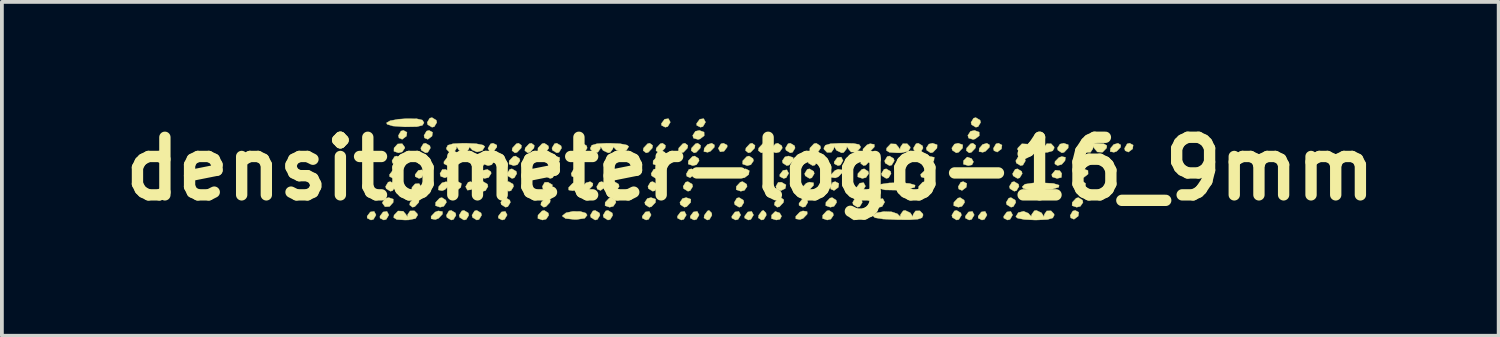
<source format=kicad_pcb>
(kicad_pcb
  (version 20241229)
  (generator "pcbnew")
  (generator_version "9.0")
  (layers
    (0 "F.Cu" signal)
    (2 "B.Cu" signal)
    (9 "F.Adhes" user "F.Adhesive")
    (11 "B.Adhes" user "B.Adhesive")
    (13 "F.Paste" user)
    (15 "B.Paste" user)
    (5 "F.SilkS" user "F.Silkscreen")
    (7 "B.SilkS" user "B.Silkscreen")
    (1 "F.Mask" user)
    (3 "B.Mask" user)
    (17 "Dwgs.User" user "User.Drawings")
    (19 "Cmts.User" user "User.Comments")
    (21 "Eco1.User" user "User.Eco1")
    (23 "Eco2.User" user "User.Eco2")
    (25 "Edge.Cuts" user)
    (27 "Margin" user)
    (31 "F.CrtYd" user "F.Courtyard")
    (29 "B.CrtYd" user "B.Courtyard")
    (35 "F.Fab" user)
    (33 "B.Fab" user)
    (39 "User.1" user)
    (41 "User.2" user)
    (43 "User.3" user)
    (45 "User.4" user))
  (footprint "densitometer-logo-16_9mm"
    (layer "F.Cu")
    (at 16.808 1.418)
    (property "Reference" "densitometer-logo-16_9mm" (at 0 0 0) (layer "F.SilkS") (effects (font (size 1.524 1.524) (thickness 0.3))))
    (attr through_hole)
    (fp_poly (pts (xy -9.906 1.221) (xy -9.974 1.337) (xy -10.04 1.355) (xy -10.139 1.305) (xy -10.141 1.254) (xy -10.056 1.142) (xy -9.955 1.128) (xy -9.906 1.221)) (stroke (width 0.01) (type solid)) (fill yes) (layer "F.SilkS"))
    (fp_poly (pts (xy -9.567 1.221) (xy -9.636 1.337) (xy -9.701 1.355) (xy -9.8 1.305) (xy -9.802 1.254) (xy -9.718 1.142) (xy -9.616 1.128) (xy -9.567 1.221)) (stroke (width 0.01) (type solid)) (fill yes) (layer "F.SilkS"))
    (fp_poly (pts (xy -9.313 0.12) (xy -9.382 0.237) (xy -9.447 0.254) (xy -9.546 0.205) (xy -9.548 0.153) (xy -9.464 0.042) (xy -9.362 0.027) (xy -9.313 0.12)) (stroke (width 0.01) (type solid)) (fill yes) (layer "F.SilkS"))
    (fp_poly (pts (xy -9.087 -0.967) (xy -9.101 -0.865) (xy -9.213 -0.781) (xy -9.299 -0.818) (xy -9.313 -0.882) (xy -9.245 -0.999) (xy -9.179 -1.016) (xy -9.087 -0.967)) (stroke (width 0.01) (type solid)) (fill yes) (layer "F.SilkS"))
    (fp_poly (pts (xy -8.716 0.466) (xy -8.782 0.553) (xy -8.853 0.58) (xy -8.957 0.559) (xy -8.956 0.495) (xy -8.872 0.399) (xy -8.765 0.391) (xy -8.716 0.466)) (stroke (width 0.01) (type solid)) (fill yes) (layer "F.SilkS"))
    (fp_poly (pts (xy -8.636 0.12) (xy -8.704 0.237) (xy -8.77 0.254) (xy -8.869 0.205) (xy -8.871 0.153) (xy -8.786 0.042) (xy -8.685 0.027) (xy -8.636 0.12)) (stroke (width 0.01) (type solid)) (fill yes) (layer "F.SilkS"))
    (fp_poly (pts (xy -8.409 -0.967) (xy -8.424 -0.865) (xy -8.535 -0.781) (xy -8.622 -0.818) (xy -8.636 -0.882) (xy -8.568 -0.999) (xy -8.502 -1.016) (xy -8.409 -0.967)) (stroke (width 0.01) (type solid)) (fill yes) (layer "F.SilkS"))
    (fp_poly (pts (xy -7.945 0.087) (xy -7.966 0.184) (xy -8.081 0.239) (xy -8.194 0.198) (xy -8.213 0.127) (xy -8.152 0.02) (xy -8.065 0.016) (xy -7.945 0.087)) (stroke (width 0.01) (type solid)) (fill yes) (layer "F.SilkS"))
    (fp_poly (pts (xy -7.874 -0.219) (xy -7.942 -0.102) (xy -8.008 -0.085) (xy -8.107 -0.134) (xy -8.109 -0.185) (xy -8.024 -0.297) (xy -7.923 -0.311) (xy -7.874 -0.219)) (stroke (width 0.01) (type solid)) (fill yes) (layer "F.SilkS"))
    (fp_poly (pts (xy -7.647 0.388) (xy -7.662 0.49) (xy -7.773 0.573) (xy -7.86 0.536) (xy -7.874 0.473) (xy -7.806 0.356) (xy -7.74 0.339) (xy -7.647 0.388)) (stroke (width 0.01) (type solid)) (fill yes) (layer "F.SilkS"))
    (fp_poly (pts (xy -7.303 0.388) (xy -7.301 0.439) (xy -7.385 0.551) (xy -7.486 0.565) (xy -7.535 0.473) (xy -7.467 0.356) (xy -7.401 0.339) (xy -7.303 0.388)) (stroke (width 0.01) (type solid)) (fill yes) (layer "F.SilkS"))
    (fp_poly (pts (xy -6.71 -0.628) (xy -6.708 -0.577) (xy -6.792 -0.465) (xy -6.894 -0.451) (xy -6.943 -0.543) (xy -6.874 -0.66) (xy -6.809 -0.677) (xy -6.71 -0.628)) (stroke (width 0.01) (type solid)) (fill yes) (layer "F.SilkS"))
    (fp_poly (pts (xy -6.435 1.221) (xy -6.503 1.337) (xy -6.569 1.355) (xy -6.667 1.305) (xy -6.669 1.254) (xy -6.585 1.142) (xy -6.484 1.128) (xy -6.435 1.221)) (stroke (width 0.01) (type solid)) (fill yes) (layer "F.SilkS"))
    (fp_poly (pts (xy -5.236 0.425) (xy -5.256 0.522) (xy -5.372 0.578) (xy -5.485 0.537) (xy -5.503 0.466) (xy -5.442 0.359) (xy -5.355 0.355) (xy -5.236 0.425)) (stroke (width 0.01) (type solid)) (fill yes) (layer "F.SilkS"))
    (fp_poly (pts (xy -5.165 0.12) (xy -5.233 0.237) (xy -5.299 0.254) (xy -5.397 0.205) (xy -5.399 0.153) (xy -5.315 0.042) (xy -5.214 0.027) (xy -5.165 0.12)) (stroke (width 0.01) (type solid)) (fill yes) (layer "F.SilkS"))
    (fp_poly (pts (xy -4.474 0.087) (xy -4.494 0.184) (xy -4.61 0.239) (xy -4.723 0.198) (xy -4.741 0.127) (xy -4.68 0.02) (xy -4.593 0.016) (xy -4.474 0.087)) (stroke (width 0.01) (type solid)) (fill yes) (layer "F.SilkS"))
    (fp_poly (pts (xy -4.403 -0.219) (xy -4.471 -0.102) (xy -4.537 -0.085) (xy -4.635 -0.134) (xy -4.637 -0.185) (xy -4.553 -0.297) (xy -4.452 -0.311) (xy -4.403 -0.219)) (stroke (width 0.01) (type solid)) (fill yes) (layer "F.SilkS"))
    (fp_poly (pts (xy -3.837 0.388) (xy -3.852 0.49) (xy -3.963 0.573) (xy -4.05 0.536) (xy -4.064 0.473) (xy -3.996 0.356) (xy -3.93 0.339) (xy -3.837 0.388)) (stroke (width 0.01) (type solid)) (fill yes) (layer "F.SilkS"))
    (fp_poly (pts (xy -2.625 1.221) (xy -2.693 1.337) (xy -2.759 1.355) (xy -2.857 1.305) (xy -2.859 1.254) (xy -2.775 1.142) (xy -2.674 1.128) (xy -2.625 1.221)) (stroke (width 0.01) (type solid)) (fill yes) (layer "F.SilkS"))
    (fp_poly (pts (xy -2.117 -1.235) (xy -2.185 -1.118) (xy -2.251 -1.101) (xy -2.349 -1.15) (xy -2.351 -1.201) (xy -2.267 -1.313) (xy -2.166 -1.327) (xy -2.117 -1.235)) (stroke (width 0.01) (type solid)) (fill yes) (layer "F.SilkS"))
    (fp_poly (pts (xy -1.693 1.221) (xy -1.762 1.337) (xy -1.827 1.355) (xy -1.926 1.305) (xy -1.928 1.254) (xy -1.844 1.142) (xy -1.742 1.128) (xy -1.693 1.221)) (stroke (width 0.01) (type solid)) (fill yes) (layer "F.SilkS"))
    (fp_poly (pts (xy -1.467 0.049) (xy -1.481 0.151) (xy -1.593 0.235) (xy -1.679 0.198) (xy -1.693 0.134) (xy -1.625 0.017) (xy -1.559 0) (xy -1.467 0.049)) (stroke (width 0.01) (type solid)) (fill yes) (layer "F.SilkS"))
    (fp_poly (pts (xy -1.355 1.221) (xy -1.423 1.337) (xy -1.489 1.355) (xy -1.587 1.305) (xy -1.589 1.254) (xy -1.505 1.142) (xy -1.404 1.128) (xy -1.355 1.221)) (stroke (width 0.01) (type solid)) (fill yes) (layer "F.SilkS"))
    (fp_poly (pts (xy -1.185 -1.235) (xy -1.254 -1.118) (xy -1.319 -1.101) (xy -1.418 -1.15) (xy -1.42 -1.201) (xy -1.336 -1.313) (xy -1.234 -1.327) (xy -1.185 -1.235)) (stroke (width 0.01) (type solid)) (fill yes) (layer "F.SilkS"))
    (fp_poly (pts (xy -0.614 -0.628) (xy -0.612 -0.577) (xy -0.696 -0.465) (xy -0.798 -0.451) (xy -0.847 -0.543) (xy -0.778 -0.66) (xy -0.713 -0.677) (xy -0.614 -0.628)) (stroke (width 0.01) (type solid)) (fill yes) (layer "F.SilkS"))
    (fp_poly (pts (xy -0.254 1.221) (xy -0.322 1.337) (xy -0.388 1.355) (xy -0.487 1.305) (xy -0.489 1.254) (xy -0.404 1.142) (xy -0.303 1.128) (xy -0.254 1.221)) (stroke (width 0.01) (type solid)) (fill yes) (layer "F.SilkS"))
    (fp_poly (pts (xy -0.027 0.049) (xy -0.042 0.151) (xy -0.153 0.235) (xy -0.24 0.198) (xy -0.254 0.134) (xy -0.186 0.017) (xy -0.12 0) (xy -0.027 0.049)) (stroke (width 0.01) (type solid)) (fill yes) (layer "F.SilkS"))
    (fp_poly (pts (xy 0.085 1.221) (xy 0.016 1.337) (xy -0.049 1.355) (xy -0.148 1.305) (xy -0.15 1.254) (xy -0.066 1.142) (xy 0.036 1.128) (xy 0.085 1.221)) (stroke (width 0.01) (type solid)) (fill yes) (layer "F.SilkS"))
    (fp_poly (pts (xy 0.777 1.168) (xy 0.827 1.254) (xy 0.786 1.334) (xy 0.687 1.355) (xy 0.561 1.317) (xy 0.563 1.224) (xy 0.66 1.128) (xy 0.777 1.168)) (stroke (width 0.01) (type solid)) (fill yes) (layer "F.SilkS"))
    (fp_poly (pts (xy 0.945 0.425) (xy 0.924 0.522) (xy 0.809 0.578) (xy 0.696 0.537) (xy 0.677 0.466) (xy 0.738 0.359) (xy 0.826 0.355) (xy 0.945 0.425)) (stroke (width 0.01) (type solid)) (fill yes) (layer "F.SilkS"))
    (fp_poly (pts (xy 1.016 0.12) (xy 0.948 0.237) (xy 0.882 0.254) (xy 0.783 0.205) (xy 0.781 0.153) (xy 0.866 0.042) (xy 0.967 0.027) (xy 1.016 0.12)) (stroke (width 0.01) (type solid)) (fill yes) (layer "F.SilkS"))
    (fp_poly (pts (xy 1.524 0.882) (xy 1.456 0.999) (xy 1.39 1.016) (xy 1.291 0.967) (xy 1.289 0.915) (xy 1.374 0.804) (xy 1.475 0.789) (xy 1.524 0.882)) (stroke (width 0.01) (type solid)) (fill yes) (layer "F.SilkS"))
    (fp_poly (pts (xy 2.343 0.388) (xy 2.329 0.49) (xy 2.217 0.573) (xy 2.131 0.536) (xy 2.117 0.473) (xy 2.185 0.356) (xy 2.251 0.339) (xy 2.343 0.388)) (stroke (width 0.01) (type solid)) (fill yes) (layer "F.SilkS"))
    (fp_poly (pts (xy 2.455 -0.219) (xy 2.387 -0.102) (xy 2.321 -0.085) (xy 2.223 -0.134) (xy 2.221 -0.185) (xy 2.305 -0.297) (xy 2.406 -0.311) (xy 2.455 -0.219)) (stroke (width 0.01) (type solid)) (fill yes) (layer "F.SilkS"))
    (fp_poly (pts (xy 3.048 0.459) (xy 2.98 0.575) (xy 2.914 0.593) (xy 2.815 0.543) (xy 2.813 0.492) (xy 2.898 0.38) (xy 2.999 0.366) (xy 3.048 0.459)) (stroke (width 0.01) (type solid)) (fill yes) (layer "F.SilkS"))
    (fp_poly (pts (xy 3.556 0.882) (xy 3.488 0.999) (xy 3.422 1.016) (xy 3.323 0.967) (xy 3.321 0.915) (xy 3.406 0.804) (xy 3.507 0.789) (xy 3.556 0.882)) (stroke (width 0.01) (type solid)) (fill yes) (layer "F.SilkS"))
    (fp_poly (pts (xy 5.73 0.388) (xy 5.715 0.49) (xy 5.604 0.573) (xy 5.518 0.536) (xy 5.503 0.473) (xy 5.572 0.356) (xy 5.637 0.339) (xy 5.73 0.388)) (stroke (width 0.01) (type solid)) (fill yes) (layer "F.SilkS"))
    (fp_poly (pts (xy 5.857 -0.271) (xy 5.907 -0.185) (xy 5.866 -0.105) (xy 5.767 -0.085) (xy 5.641 -0.122) (xy 5.643 -0.215) (xy 5.74 -0.311) (xy 5.857 -0.271)) (stroke (width 0.01) (type solid)) (fill yes) (layer "F.SilkS"))
    (fp_poly (pts (xy 5.927 1.221) (xy 5.858 1.337) (xy 5.793 1.355) (xy 5.694 1.305) (xy 5.692 1.254) (xy 5.776 1.142) (xy 5.878 1.128) (xy 5.927 1.221)) (stroke (width 0.01) (type solid)) (fill yes) (layer "F.SilkS"))
    (fp_poly (pts (xy 6.265 1.221) (xy 6.197 1.337) (xy 6.131 1.355) (xy 6.033 1.305) (xy 6.031 1.254) (xy 6.115 1.142) (xy 6.216 1.128) (xy 6.265 1.221)) (stroke (width 0.01) (type solid)) (fill yes) (layer "F.SilkS"))
    (fp_poly (pts (xy 6.661 -0.628) (xy 6.647 -0.526) (xy 6.535 -0.443) (xy 6.449 -0.48) (xy 6.435 -0.543) (xy 6.503 -0.66) (xy 6.569 -0.677) (xy 6.661 -0.628)) (stroke (width 0.01) (type solid)) (fill yes) (layer "F.SilkS"))
    (fp_poly (pts (xy 6.943 1.221) (xy 6.874 1.337) (xy 6.809 1.355) (xy 6.71 1.305) (xy 6.708 1.254) (xy 6.792 1.142) (xy 6.894 1.128) (xy 6.943 1.221)) (stroke (width 0.01) (type solid)) (fill yes) (layer "F.SilkS"))
    (fp_poly (pts (xy 8.19 0.049) (xy 8.242 0.123) (xy 8.232 0.229) (xy 8.118 0.254) (xy 7.993 0.214) (xy 7.978 0.153) (xy 8.073 0.036) (xy 8.19 0.049)) (stroke (width 0.01) (type solid)) (fill yes) (layer "F.SilkS"))
    (fp_poly (pts (xy 8.693 1.15) (xy 8.679 1.252) (xy 8.567 1.335) (xy 8.481 1.298) (xy 8.467 1.235) (xy 8.535 1.118) (xy 8.601 1.101) (xy 8.693 1.15)) (stroke (width 0.01) (type solid)) (fill yes) (layer "F.SilkS"))
    (fp_poly (pts (xy 8.975 -0.219) (xy 8.906 -0.102) (xy 8.841 -0.085) (xy 8.742 -0.134) (xy 8.74 -0.185) (xy 8.824 -0.297) (xy 8.926 -0.311) (xy 8.975 -0.219)) (stroke (width 0.01) (type solid)) (fill yes) (layer "F.SilkS"))
    (fp_poly (pts (xy 10.133 -0.628) (xy 10.118 -0.526) (xy 10.007 -0.443) (xy 9.92 -0.48) (xy 9.906 -0.543) (xy 9.974 -0.66) (xy 10.04 -0.677) (xy 10.133 -0.628)) (stroke (width 0.01) (type solid)) (fill yes) (layer "F.SilkS"))
    (fp_poly (pts (xy -9.449 0.803) (xy -9.452 0.889) (xy -9.549 0.997) (xy -9.668 1.003) (xy -9.736 0.908) (xy -9.737 0.889) (xy -9.666 0.786) (xy -9.57 0.762) (xy -9.449 0.803)) (stroke (width 0.01) (type solid)) (fill yes) (layer "F.SilkS"))
    (fp_poly (pts (xy -9.413 0.406) (xy -9.398 0.466) (xy -9.466 0.578) (xy -9.525 0.593) (xy -9.637 0.525) (xy -9.652 0.466) (xy -9.584 0.353) (xy -9.525 0.339) (xy -9.413 0.406)) (stroke (width 0.01) (type solid)) (fill yes) (layer "F.SilkS"))
    (fp_poly (pts (xy -9.243 -0.271) (xy -9.229 -0.212) (xy -9.296 -0.099) (xy -9.356 -0.085) (xy -9.468 -0.152) (xy -9.483 -0.212) (xy -9.415 -0.324) (xy -9.356 -0.339) (xy -9.243 -0.271)) (stroke (width 0.01) (type solid)) (fill yes) (layer "F.SilkS"))
    (fp_poly (pts (xy -9.145 -0.57) (xy -9.144 -0.55) (xy -9.214 -0.447) (xy -9.311 -0.423) (xy -9.432 -0.464) (xy -9.429 -0.55) (xy -9.332 -0.658) (xy -9.213 -0.664) (xy -9.145 -0.57)) (stroke (width 0.01) (type solid)) (fill yes) (layer "F.SilkS"))
    (fp_poly (pts (xy -8.765 0.821) (xy -8.775 0.889) (xy -8.88 1.001) (xy -8.939 1.016) (xy -9.015 0.957) (xy -9.005 0.889) (xy -8.9 0.777) (xy -8.841 0.762) (xy -8.765 0.821)) (stroke (width 0.01) (type solid)) (fill yes) (layer "F.SilkS"))
    (fp_poly (pts (xy -8.517 -0.298) (xy -8.521 -0.212) (xy -8.627 -0.099) (xy -8.687 -0.085) (xy -8.792 -0.153) (xy -8.805 -0.212) (xy -8.735 -0.315) (xy -8.639 -0.339) (xy -8.517 -0.298)) (stroke (width 0.01) (type solid)) (fill yes) (layer "F.SilkS"))
    (fp_poly (pts (xy -8.481 -0.61) (xy -8.467 -0.55) (xy -8.534 -0.438) (xy -8.594 -0.423) (xy -8.706 -0.491) (xy -8.721 -0.55) (xy -8.653 -0.663) (xy -8.594 -0.677) (xy -8.481 -0.61)) (stroke (width 0.01) (type solid)) (fill yes) (layer "F.SilkS"))
    (fp_poly (pts (xy -8.312 -1.287) (xy -8.297 -1.228) (xy -8.365 -1.115) (xy -8.424 -1.101) (xy -8.537 -1.168) (xy -8.551 -1.228) (xy -8.484 -1.34) (xy -8.424 -1.355) (xy -8.312 -1.287)) (stroke (width 0.01) (type solid)) (fill yes) (layer "F.SilkS"))
    (fp_poly (pts (xy -8.148 1.132) (xy -8.146 1.198) (xy -8.253 1.311) (xy -8.335 1.342) (xy -8.447 1.323) (xy -8.448 1.257) (xy -8.341 1.145) (xy -8.259 1.114) (xy -8.148 1.132)) (stroke (width 0.01) (type solid)) (fill yes) (layer "F.SilkS"))
    (fp_poly (pts (xy -8.057 0.83) (xy -8.043 0.889) (xy -8.114 0.992) (xy -8.21 1.016) (xy -8.331 0.975) (xy -8.328 0.889) (xy -8.221 0.776) (xy -8.161 0.762) (xy -8.057 0.83)) (stroke (width 0.01) (type solid)) (fill yes) (layer "F.SilkS"))
    (fp_poly (pts (xy -7.976 0.384) (xy -7.98 0.445) (xy -8.084 0.552) (xy -8.156 0.578) (xy -8.256 0.559) (xy -8.246 0.472) (xy -8.16 0.372) (xy -8.048 0.34) (xy -7.976 0.384)) (stroke (width 0.01) (type solid)) (fill yes) (layer "F.SilkS"))
    (fp_poly (pts (xy -7.804 1.168) (xy -7.789 1.228) (xy -7.857 1.34) (xy -7.916 1.355) (xy -8.029 1.287) (xy -8.043 1.228) (xy -7.976 1.115) (xy -7.916 1.101) (xy -7.804 1.168)) (stroke (width 0.01) (type solid)) (fill yes) (layer "F.SilkS"))
    (fp_poly (pts (xy -7.465 1.168) (xy -7.451 1.228) (xy -7.518 1.34) (xy -7.578 1.355) (xy -7.69 1.287) (xy -7.705 1.228) (xy -7.637 1.115) (xy -7.578 1.101) (xy -7.465 1.168)) (stroke (width 0.01) (type solid)) (fill yes) (layer "F.SilkS"))
    (fp_poly (pts (xy -7.127 1.168) (xy -7.112 1.228) (xy -7.18 1.34) (xy -7.239 1.355) (xy -7.351 1.287) (xy -7.366 1.228) (xy -7.298 1.115) (xy -7.239 1.101) (xy -7.127 1.168)) (stroke (width 0.01) (type solid)) (fill yes) (layer "F.SilkS"))
    (fp_poly (pts (xy -6.957 0.406) (xy -6.943 0.466) (xy -7.01 0.578) (xy -7.07 0.593) (xy -7.182 0.525) (xy -7.197 0.466) (xy -7.129 0.353) (xy -7.07 0.339) (xy -6.957 0.406)) (stroke (width 0.01) (type solid)) (fill yes) (layer "F.SilkS"))
    (fp_poly (pts (xy -6.867 0.077) (xy -6.858 0.121) (xy -6.929 0.231) (xy -7.034 0.254) (xy -7.163 0.214) (xy -7.176 0.148) (xy -7.084 0.043) (xy -6.956 0.017) (xy -6.867 0.077)) (stroke (width 0.01) (type solid)) (fill yes) (layer "F.SilkS"))
    (fp_poly (pts (xy -6.787 -0.271) (xy -6.773 -0.212) (xy -6.844 -0.108) (xy -6.94 -0.085) (xy -7.061 -0.126) (xy -7.058 -0.212) (xy -6.951 -0.324) (xy -6.891 -0.339) (xy -6.787 -0.271)) (stroke (width 0.01) (type solid)) (fill yes) (layer "F.SilkS"))
    (fp_poly (pts (xy -6.365 0.83) (xy -6.35 0.889) (xy -6.418 1.001) (xy -6.477 1.016) (xy -6.589 0.948) (xy -6.604 0.889) (xy -6.536 0.777) (xy -6.477 0.762) (xy -6.365 0.83)) (stroke (width 0.01) (type solid)) (fill yes) (layer "F.SilkS"))
    (fp_poly (pts (xy -6.28 0.406) (xy -6.265 0.466) (xy -6.333 0.578) (xy -6.392 0.593) (xy -6.505 0.525) (xy -6.519 0.466) (xy -6.452 0.353) (xy -6.392 0.339) (xy -6.28 0.406)) (stroke (width 0.01) (type solid)) (fill yes) (layer "F.SilkS"))
    (fp_poly (pts (xy -6.195 0.068) (xy -6.181 0.127) (xy -6.248 0.239) (xy -6.308 0.254) (xy -6.42 0.186) (xy -6.435 0.127) (xy -6.367 0.015) (xy -6.308 0) (xy -6.195 0.068)) (stroke (width 0.01) (type solid)) (fill yes) (layer "F.SilkS"))
    (fp_poly (pts (xy -6.11 -0.271) (xy -6.096 -0.212) (xy -6.166 -0.108) (xy -6.263 -0.085) (xy -6.384 -0.126) (xy -6.381 -0.212) (xy -6.274 -0.324) (xy -6.214 -0.339) (xy -6.11 -0.271)) (stroke (width 0.01) (type solid)) (fill yes) (layer "F.SilkS"))
    (fp_poly (pts (xy -6.055 -0.619) (xy -6.065 -0.55) (xy -6.171 -0.438) (xy -6.229 -0.423) (xy -6.306 -0.482) (xy -6.296 -0.55) (xy -6.191 -0.663) (xy -6.132 -0.677) (xy -6.055 -0.619)) (stroke (width 0.01) (type solid)) (fill yes) (layer "F.SilkS"))
    (fp_poly (pts (xy -5.717 -0.619) (xy -5.727 -0.55) (xy -5.832 -0.438) (xy -5.891 -0.423) (xy -5.967 -0.482) (xy -5.957 -0.55) (xy -5.852 -0.663) (xy -5.793 -0.677) (xy -5.717 -0.619)) (stroke (width 0.01) (type solid)) (fill yes) (layer "F.SilkS"))
    (fp_poly (pts (xy -5.348 -0.609) (xy -5.334 -0.55) (xy -5.404 -0.447) (xy -5.501 -0.423) (xy -5.622 -0.464) (xy -5.619 -0.55) (xy -5.512 -0.663) (xy -5.452 -0.677) (xy -5.348 -0.609)) (stroke (width 0.01) (type solid)) (fill yes) (layer "F.SilkS"))
    (fp_poly (pts (xy -5.348 1.169) (xy -5.334 1.228) (xy -5.404 1.331) (xy -5.501 1.355) (xy -5.622 1.314) (xy -5.619 1.228) (xy -5.512 1.115) (xy -5.452 1.101) (xy -5.348 1.169)) (stroke (width 0.01) (type solid)) (fill yes) (layer "F.SilkS"))
    (fp_poly (pts (xy -5.293 0.821) (xy -5.303 0.889) (xy -5.409 1.001) (xy -5.467 1.016) (xy -5.544 0.957) (xy -5.534 0.889) (xy -5.429 0.777) (xy -5.37 0.762) (xy -5.293 0.821)) (stroke (width 0.01) (type solid)) (fill yes) (layer "F.SilkS"))
    (fp_poly (pts (xy -5.046 -0.298) (xy -5.049 -0.212) (xy -5.156 -0.099) (xy -5.216 -0.085) (xy -5.32 -0.153) (xy -5.334 -0.212) (xy -5.264 -0.315) (xy -5.167 -0.339) (xy -5.046 -0.298)) (stroke (width 0.01) (type solid)) (fill yes) (layer "F.SilkS"))
    (fp_poly (pts (xy -5.01 -0.61) (xy -4.995 -0.55) (xy -5.063 -0.438) (xy -5.122 -0.423) (xy -5.235 -0.491) (xy -5.249 -0.55) (xy -5.182 -0.663) (xy -5.122 -0.677) (xy -5.01 -0.61)) (stroke (width 0.01) (type solid)) (fill yes) (layer "F.SilkS"))
    (fp_poly (pts (xy -4.507 0.37) (xy -4.506 0.436) (xy -4.613 0.549) (xy -4.695 0.58) (xy -4.806 0.561) (xy -4.808 0.495) (xy -4.701 0.383) (xy -4.619 0.352) (xy -4.507 0.37)) (stroke (width 0.01) (type solid)) (fill yes) (layer "F.SilkS"))
    (fp_poly (pts (xy -4.333 -0.61) (xy -4.318 -0.55) (xy -4.386 -0.438) (xy -4.445 -0.423) (xy -4.557 -0.491) (xy -4.572 -0.55) (xy -4.504 -0.663) (xy -4.445 -0.677) (xy -4.333 -0.61)) (stroke (width 0.01) (type solid)) (fill yes) (layer "F.SilkS"))
    (fp_poly (pts (xy -4.166 0.384) (xy -4.17 0.445) (xy -4.274 0.552) (xy -4.346 0.578) (xy -4.446 0.559) (xy -4.436 0.472) (xy -4.35 0.372) (xy -4.238 0.34) (xy -4.166 0.384)) (stroke (width 0.01) (type solid)) (fill yes) (layer "F.SilkS"))
    (fp_poly (pts (xy -3.994 1.168) (xy -3.979 1.228) (xy -4.047 1.34) (xy -4.106 1.355) (xy -4.219 1.287) (xy -4.233 1.228) (xy -4.166 1.115) (xy -4.106 1.101) (xy -3.994 1.168)) (stroke (width 0.01) (type solid)) (fill yes) (layer "F.SilkS"))
    (fp_poly (pts (xy -3.655 1.168) (xy -3.641 1.228) (xy -3.708 1.34) (xy -3.768 1.355) (xy -3.88 1.287) (xy -3.895 1.228) (xy -3.827 1.115) (xy -3.768 1.101) (xy -3.655 1.168)) (stroke (width 0.01) (type solid)) (fill yes) (layer "F.SilkS"))
    (fp_poly (pts (xy -3.57 0.83) (xy -3.556 0.889) (xy -3.626 0.992) (xy -3.723 1.016) (xy -3.844 0.975) (xy -3.841 0.889) (xy -3.734 0.776) (xy -3.674 0.762) (xy -3.57 0.83)) (stroke (width 0.01) (type solid)) (fill yes) (layer "F.SilkS"))
    (fp_poly (pts (xy -3.486 0.406) (xy -3.471 0.466) (xy -3.539 0.578) (xy -3.598 0.593) (xy -3.711 0.525) (xy -3.725 0.466) (xy -3.658 0.353) (xy -3.598 0.339) (xy -3.486 0.406)) (stroke (width 0.01) (type solid)) (fill yes) (layer "F.SilkS"))
    (fp_poly (pts (xy -2.584 -0.619) (xy -2.594 -0.55) (xy -2.699 -0.438) (xy -2.758 -0.423) (xy -2.835 -0.482) (xy -2.825 -0.55) (xy -2.719 -0.663) (xy -2.661 -0.677) (xy -2.584 -0.619)) (stroke (width 0.01) (type solid)) (fill yes) (layer "F.SilkS"))
    (fp_poly (pts (xy -2.506 0.803) (xy -2.509 0.889) (xy -2.616 1.002) (xy -2.676 1.016) (xy -2.78 0.948) (xy -2.794 0.889) (xy -2.724 0.786) (xy -2.627 0.762) (xy -2.506 0.803)) (stroke (width 0.01) (type solid)) (fill yes) (layer "F.SilkS"))
    (fp_poly (pts (xy -2.47 0.406) (xy -2.455 0.466) (xy -2.523 0.578) (xy -2.582 0.593) (xy -2.695 0.525) (xy -2.709 0.466) (xy -2.642 0.353) (xy -2.582 0.339) (xy -2.47 0.406)) (stroke (width 0.01) (type solid)) (fill yes) (layer "F.SilkS"))
    (fp_poly (pts (xy -2.385 0.068) (xy -2.371 0.127) (xy -2.438 0.239) (xy -2.498 0.254) (xy -2.61 0.186) (xy -2.625 0.127) (xy -2.557 0.015) (xy -2.498 0) (xy -2.385 0.068)) (stroke (width 0.01) (type solid)) (fill yes) (layer "F.SilkS"))
    (fp_poly (pts (xy -2.3 -0.271) (xy -2.286 -0.212) (xy -2.356 -0.108) (xy -2.453 -0.085) (xy -2.574 -0.126) (xy -2.571 -0.212) (xy -2.464 -0.324) (xy -2.404 -0.339) (xy -2.3 -0.271)) (stroke (width 0.01) (type solid)) (fill yes) (layer "F.SilkS"))
    (fp_poly (pts (xy -2.245 -0.619) (xy -2.255 -0.55) (xy -2.361 -0.438) (xy -2.419 -0.423) (xy -2.496 -0.482) (xy -2.486 -0.55) (xy -2.381 -0.663) (xy -2.322 -0.677) (xy -2.245 -0.619)) (stroke (width 0.01) (type solid)) (fill yes) (layer "F.SilkS"))
    (fp_poly (pts (xy -1.653 -0.619) (xy -1.663 -0.55) (xy -1.768 -0.438) (xy -1.827 -0.423) (xy -1.903 -0.482) (xy -1.893 -0.55) (xy -1.788 -0.663) (xy -1.729 -0.677) (xy -1.653 -0.619)) (stroke (width 0.01) (type solid)) (fill yes) (layer "F.SilkS"))
    (fp_poly (pts (xy -1.575 0.803) (xy -1.578 0.889) (xy -1.685 1.002) (xy -1.745 1.016) (xy -1.849 0.948) (xy -1.863 0.889) (xy -1.792 0.786) (xy -1.696 0.762) (xy -1.575 0.803)) (stroke (width 0.01) (type solid)) (fill yes) (layer "F.SilkS"))
    (fp_poly (pts (xy -1.539 0.406) (xy -1.524 0.466) (xy -1.592 0.578) (xy -1.651 0.593) (xy -1.763 0.525) (xy -1.778 0.466) (xy -1.71 0.353) (xy -1.651 0.339) (xy -1.539 0.406)) (stroke (width 0.01) (type solid)) (fill yes) (layer "F.SilkS"))
    (fp_poly (pts (xy -1.368 -0.271) (xy -1.355 -0.212) (xy -1.425 -0.108) (xy -1.521 -0.085) (xy -1.643 -0.126) (xy -1.639 -0.212) (xy -1.533 -0.324) (xy -1.473 -0.339) (xy -1.368 -0.271)) (stroke (width 0.01) (type solid)) (fill yes) (layer "F.SilkS"))
    (fp_poly (pts (xy -1.314 -0.619) (xy -1.324 -0.55) (xy -1.429 -0.438) (xy -1.488 -0.423) (xy -1.565 -0.482) (xy -1.555 -0.55) (xy -1.449 -0.663) (xy -1.391 -0.677) (xy -1.314 -0.619)) (stroke (width 0.01) (type solid)) (fill yes) (layer "F.SilkS"))
    (fp_poly (pts (xy -1.223 -0.971) (xy -1.22 -0.877) (xy -1.329 -0.792) (xy -1.383 -0.777) (xy -1.504 -0.813) (xy -1.524 -0.883) (xy -1.453 -0.993) (xy -1.348 -1.016) (xy -1.223 -0.971)) (stroke (width 0.01) (type solid)) (fill yes) (layer "F.SilkS"))
    (fp_poly (pts (xy -1.024 1.169) (xy -1.016 1.228) (xy -1.082 1.34) (xy -1.14 1.355) (xy -1.226 1.299) (xy -1.216 1.228) (xy -1.133 1.116) (xy -1.092 1.101) (xy -1.024 1.169)) (stroke (width 0.01) (type solid)) (fill yes) (layer "F.SilkS"))
    (fp_poly (pts (xy -0.949 -0.632) (xy -0.952 -0.572) (xy -1.057 -0.464) (xy -1.129 -0.438) (xy -1.229 -0.457) (xy -1.218 -0.544) (xy -1.132 -0.644) (xy -1.02 -0.676) (xy -0.949 -0.632)) (stroke (width 0.01) (type solid)) (fill yes) (layer "F.SilkS"))
    (fp_poly (pts (xy -0.184 0.83) (xy -0.169 0.889) (xy -0.237 1.001) (xy -0.296 1.016) (xy -0.409 0.948) (xy -0.423 0.889) (xy -0.356 0.777) (xy -0.296 0.762) (xy -0.184 0.83)) (stroke (width 0.01) (type solid)) (fill yes) (layer "F.SilkS"))
    (fp_poly (pts (xy -0.098 0.407) (xy -0.085 0.466) (xy -0.155 0.569) (xy -0.251 0.593) (xy -0.373 0.552) (xy -0.369 0.466) (xy -0.263 0.353) (xy -0.203 0.339) (xy -0.098 0.407)) (stroke (width 0.01) (type solid)) (fill yes) (layer "F.SilkS"))
    (fp_poly (pts (xy 0.071 -0.271) (xy 0.085 -0.212) (xy 0.014 -0.108) (xy -0.082 -0.085) (xy -0.203 -0.126) (xy -0.2 -0.212) (xy -0.093 -0.324) (xy -0.033 -0.339) (xy 0.071 -0.271)) (stroke (width 0.01) (type solid)) (fill yes) (layer "F.SilkS"))
    (fp_poly (pts (xy 0.125 -0.619) (xy 0.115 -0.55) (xy 0.01 -0.438) (xy -0.049 -0.423) (xy -0.125 -0.482) (xy -0.115 -0.55) (xy -0.01 -0.663) (xy 0.049 -0.677) (xy 0.125 -0.619)) (stroke (width 0.01) (type solid)) (fill yes) (layer "F.SilkS"))
    (fp_poly (pts (xy 0.415 1.169) (xy 0.423 1.228) (xy 0.357 1.34) (xy 0.299 1.355) (xy 0.214 1.299) (xy 0.223 1.228) (xy 0.306 1.116) (xy 0.348 1.101) (xy 0.415 1.169)) (stroke (width 0.01) (type solid)) (fill yes) (layer "F.SilkS"))
    (fp_poly (pts (xy 0.464 -0.619) (xy 0.454 -0.55) (xy 0.349 -0.438) (xy 0.29 -0.423) (xy 0.213 -0.482) (xy 0.223 -0.55) (xy 0.329 -0.663) (xy 0.387 -0.677) (xy 0.464 -0.619)) (stroke (width 0.01) (type solid)) (fill yes) (layer "F.SilkS"))
    (fp_poly (pts (xy 0.833 -0.609) (xy 0.847 -0.55) (xy 0.776 -0.447) (xy 0.68 -0.423) (xy 0.559 -0.464) (xy 0.562 -0.55) (xy 0.669 -0.663) (xy 0.729 -0.677) (xy 0.833 -0.609)) (stroke (width 0.01) (type solid)) (fill yes) (layer "F.SilkS"))
    (fp_poly (pts (xy 0.887 0.821) (xy 0.877 0.889) (xy 0.772 1.001) (xy 0.713 1.016) (xy 0.637 0.957) (xy 0.647 0.889) (xy 0.752 0.777) (xy 0.811 0.762) (xy 0.887 0.821)) (stroke (width 0.01) (type solid)) (fill yes) (layer "F.SilkS"))
    (fp_poly (pts (xy 1.135 -0.298) (xy 1.131 -0.212) (xy 1.025 -0.099) (xy 0.965 -0.085) (xy 0.86 -0.153) (xy 0.847 -0.212) (xy 0.917 -0.315) (xy 1.013 -0.339) (xy 1.135 -0.298)) (stroke (width 0.01) (type solid)) (fill yes) (layer "F.SilkS"))
    (fp_poly (pts (xy 1.171 -0.61) (xy 1.185 -0.55) (xy 1.118 -0.438) (xy 1.058 -0.423) (xy 0.946 -0.491) (xy 0.931 -0.55) (xy 0.999 -0.663) (xy 1.058 -0.677) (xy 1.171 -0.61)) (stroke (width 0.01) (type solid)) (fill yes) (layer "F.SilkS"))
    (fp_poly (pts (xy 1.504 1.132) (xy 1.506 1.198) (xy 1.399 1.311) (xy 1.317 1.342) (xy 1.205 1.323) (xy 1.204 1.257) (xy 1.311 1.145) (xy 1.393 1.114) (xy 1.504 1.132)) (stroke (width 0.01) (type solid)) (fill yes) (layer "F.SilkS"))
    (fp_poly (pts (xy 1.674 0.37) (xy 1.675 0.436) (xy 1.568 0.549) (xy 1.486 0.58) (xy 1.374 0.561) (xy 1.373 0.495) (xy 1.48 0.383) (xy 1.562 0.352) (xy 1.674 0.37)) (stroke (width 0.01) (type solid)) (fill yes) (layer "F.SilkS"))
    (fp_poly (pts (xy 1.679 0.068) (xy 1.693 0.127) (xy 1.626 0.239) (xy 1.566 0.254) (xy 1.454 0.186) (xy 1.439 0.127) (xy 1.507 0.015) (xy 1.566 0) (xy 1.679 0.068)) (stroke (width 0.01) (type solid)) (fill yes) (layer "F.SilkS"))
    (fp_poly (pts (xy 1.763 -0.271) (xy 1.778 -0.212) (xy 1.71 -0.099) (xy 1.651 -0.085) (xy 1.539 -0.152) (xy 1.524 -0.212) (xy 1.592 -0.324) (xy 1.651 -0.339) (xy 1.763 -0.271)) (stroke (width 0.01) (type solid)) (fill yes) (layer "F.SilkS"))
    (fp_poly (pts (xy 1.849 -0.609) (xy 1.863 -0.55) (xy 1.792 -0.447) (xy 1.696 -0.423) (xy 1.575 -0.464) (xy 1.578 -0.55) (xy 1.685 -0.663) (xy 1.745 -0.677) (xy 1.849 -0.609)) (stroke (width 0.01) (type solid)) (fill yes) (layer "F.SilkS"))
    (fp_poly (pts (xy 2.188 1.169) (xy 2.201 1.228) (xy 2.131 1.331) (xy 2.035 1.355) (xy 1.913 1.314) (xy 1.917 1.228) (xy 2.023 1.115) (xy 2.083 1.101) (xy 2.188 1.169)) (stroke (width 0.01) (type solid)) (fill yes) (layer "F.SilkS"))
    (fp_poly (pts (xy 2.272 0.83) (xy 2.286 0.889) (xy 2.216 0.992) (xy 2.119 1.016) (xy 1.998 0.975) (xy 2.001 0.889) (xy 2.108 0.776) (xy 2.168 0.762) (xy 2.272 0.83)) (stroke (width 0.01) (type solid)) (fill yes) (layer "F.SilkS"))
    (fp_poly (pts (xy 2.436 0.031) (xy 2.437 0.098) (xy 2.33 0.21) (xy 2.248 0.241) (xy 2.136 0.223) (xy 2.135 0.156) (xy 2.242 0.044) (xy 2.324 0.013) (xy 2.436 0.031)) (stroke (width 0.01) (type solid)) (fill yes) (layer "F.SilkS"))
    (fp_poly (pts (xy 2.913 1.142) (xy 2.909 1.228) (xy 2.803 1.34) (xy 2.743 1.355) (xy 2.638 1.287) (xy 2.625 1.228) (xy 2.695 1.124) (xy 2.791 1.101) (xy 2.913 1.142)) (stroke (width 0.01) (type solid)) (fill yes) (layer "F.SilkS"))
    (fp_poly (pts (xy 2.949 0.83) (xy 2.963 0.889) (xy 2.896 1.001) (xy 2.836 1.016) (xy 2.724 0.948) (xy 2.709 0.889) (xy 2.777 0.777) (xy 2.836 0.762) (xy 2.949 0.83)) (stroke (width 0.01) (type solid)) (fill yes) (layer "F.SilkS"))
    (fp_poly (pts (xy 3.119 0.068) (xy 3.133 0.127) (xy 3.062 0.23) (xy 2.966 0.254) (xy 2.845 0.213) (xy 2.848 0.127) (xy 2.955 0.014) (xy 3.015 0) (xy 3.119 0.068)) (stroke (width 0.01) (type solid)) (fill yes) (layer "F.SilkS"))
    (fp_poly (pts (xy 3.173 -0.28) (xy 3.163 -0.212) (xy 3.058 -0.099) (xy 2.999 -0.085) (xy 2.923 -0.143) (xy 2.933 -0.212) (xy 3.038 -0.324) (xy 3.097 -0.339) (xy 3.173 -0.28)) (stroke (width 0.01) (type solid)) (fill yes) (layer "F.SilkS"))
    (fp_poly (pts (xy 3.282 -0.646) (xy 3.284 -0.58) (xy 3.177 -0.467) (xy 3.095 -0.436) (xy 2.983 -0.455) (xy 2.982 -0.521) (xy 3.089 -0.633) (xy 3.171 -0.664) (xy 3.282 -0.646)) (stroke (width 0.01) (type solid)) (fill yes) (layer "F.SilkS"))
    (fp_poly (pts (xy 3.711 0.068) (xy 3.725 0.127) (xy 3.658 0.239) (xy 3.598 0.254) (xy 3.486 0.186) (xy 3.471 0.127) (xy 3.539 0.015) (xy 3.598 0) (xy 3.711 0.068)) (stroke (width 0.01) (type solid)) (fill yes) (layer "F.SilkS"))
    (fp_poly (pts (xy 3.795 -0.271) (xy 3.81 -0.212) (xy 3.742 -0.099) (xy 3.683 -0.085) (xy 3.571 -0.152) (xy 3.556 -0.212) (xy 3.624 -0.324) (xy 3.683 -0.339) (xy 3.795 -0.271)) (stroke (width 0.01) (type solid)) (fill yes) (layer "F.SilkS"))
    (fp_poly (pts (xy 4.557 -0.61) (xy 4.572 -0.55) (xy 4.504 -0.438) (xy 4.445 -0.423) (xy 4.333 -0.491) (xy 4.318 -0.55) (xy 4.386 -0.663) (xy 4.445 -0.677) (xy 4.557 -0.61)) (stroke (width 0.01) (type solid)) (fill yes) (layer "F.SilkS"))
    (fp_poly (pts (xy 4.728 0.407) (xy 4.741 0.466) (xy 4.671 0.569) (xy 4.575 0.593) (xy 4.453 0.552) (xy 4.457 0.466) (xy 4.563 0.353) (xy 4.623 0.339) (xy 4.728 0.407)) (stroke (width 0.01) (type solid)) (fill yes) (layer "F.SilkS"))
    (fp_poly (pts (xy 4.784 0.109) (xy 4.805 0.148) (xy 4.766 0.233) (xy 4.657 0.254) (xy 4.522 0.215) (xy 4.508 0.148) (xy 4.612 0.05) (xy 4.657 0.042) (xy 4.784 0.109)) (stroke (width 0.01) (type solid)) (fill yes) (layer "F.SilkS"))
    (fp_poly (pts (xy 4.869 -0.305) (xy 4.859 -0.218) (xy 4.773 -0.118) (xy 4.661 -0.086) (xy 4.59 -0.13) (xy 4.593 -0.191) (xy 4.698 -0.298) (xy 4.769 -0.324) (xy 4.869 -0.305)) (stroke (width 0.01) (type solid)) (fill yes) (layer "F.SilkS"))
    (fp_poly (pts (xy 4.945 -0.636) (xy 4.941 -0.55) (xy 4.835 -0.438) (xy 4.775 -0.423) (xy 4.67 -0.491) (xy 4.657 -0.55) (xy 4.727 -0.654) (xy 4.823 -0.677) (xy 4.945 -0.636)) (stroke (width 0.01) (type solid)) (fill yes) (layer "F.SilkS"))
    (fp_poly (pts (xy 5.573 1.168) (xy 5.588 1.228) (xy 5.52 1.34) (xy 5.461 1.355) (xy 5.349 1.287) (xy 5.334 1.228) (xy 5.402 1.115) (xy 5.461 1.101) (xy 5.573 1.168)) (stroke (width 0.01) (type solid)) (fill yes) (layer "F.SilkS"))
    (fp_poly (pts (xy 5.622 -0.636) (xy 5.619 -0.55) (xy 5.512 -0.438) (xy 5.452 -0.423) (xy 5.348 -0.491) (xy 5.334 -0.55) (xy 5.404 -0.654) (xy 5.501 -0.677) (xy 5.622 -0.636)) (stroke (width 0.01) (type solid)) (fill yes) (layer "F.SilkS"))
    (fp_poly (pts (xy 5.659 0.83) (xy 5.673 0.889) (xy 5.602 0.992) (xy 5.506 1.016) (xy 5.385 0.975) (xy 5.388 0.889) (xy 5.495 0.776) (xy 5.555 0.762) (xy 5.659 0.83)) (stroke (width 0.01) (type solid)) (fill yes) (layer "F.SilkS"))
    (fp_poly (pts (xy 5.822 0.031) (xy 5.824 0.098) (xy 5.717 0.21) (xy 5.635 0.241) (xy 5.523 0.223) (xy 5.522 0.156) (xy 5.629 0.044) (xy 5.711 0.013) (xy 5.822 0.031)) (stroke (width 0.01) (type solid)) (fill yes) (layer "F.SilkS"))
    (fp_poly (pts (xy 5.967 -0.619) (xy 5.957 -0.55) (xy 5.852 -0.438) (xy 5.793 -0.423) (xy 5.717 -0.482) (xy 5.727 -0.55) (xy 5.832 -0.663) (xy 5.891 -0.677) (xy 5.967 -0.619)) (stroke (width 0.01) (type solid)) (fill yes) (layer "F.SilkS"))
    (fp_poly (pts (xy 6.058 -0.971) (xy 6.061 -0.877) (xy 5.952 -0.792) (xy 5.898 -0.777) (xy 5.778 -0.813) (xy 5.757 -0.883) (xy 5.829 -0.993) (xy 5.934 -1.016) (xy 6.058 -0.971)) (stroke (width 0.01) (type solid)) (fill yes) (layer "F.SilkS"))
    (fp_poly (pts (xy 6.081 -1.287) (xy 6.096 -1.228) (xy 6.028 -1.115) (xy 5.969 -1.101) (xy 5.857 -1.168) (xy 5.842 -1.228) (xy 5.91 -1.34) (xy 5.969 -1.355) (xy 6.081 -1.287)) (stroke (width 0.01) (type solid)) (fill yes) (layer "F.SilkS"))
    (fp_poly (pts (xy 6.332 -0.632) (xy 6.329 -0.572) (xy 6.224 -0.464) (xy 6.153 -0.438) (xy 6.053 -0.457) (xy 6.063 -0.544) (xy 6.149 -0.644) (xy 6.261 -0.676) (xy 6.332 -0.632)) (stroke (width 0.01) (type solid)) (fill yes) (layer "F.SilkS"))
    (fp_poly (pts (xy 7.013 0.83) (xy 7.027 0.889) (xy 6.96 1.001) (xy 6.9 1.016) (xy 6.788 0.948) (xy 6.773 0.889) (xy 6.841 0.777) (xy 6.9 0.762) (xy 7.013 0.83)) (stroke (width 0.01) (type solid)) (fill yes) (layer "F.SilkS"))
    (fp_poly (pts (xy 7.097 0.406) (xy 7.112 0.466) (xy 7.044 0.578) (xy 6.985 0.593) (xy 6.873 0.525) (xy 6.858 0.466) (xy 6.926 0.353) (xy 6.985 0.339) (xy 7.097 0.406)) (stroke (width 0.01) (type solid)) (fill yes) (layer "F.SilkS"))
    (fp_poly (pts (xy 7.182 0.068) (xy 7.197 0.127) (xy 7.129 0.239) (xy 7.07 0.254) (xy 6.957 0.186) (xy 6.943 0.127) (xy 7.01 0.015) (xy 7.07 0) (xy 7.182 0.068)) (stroke (width 0.01) (type solid)) (fill yes) (layer "F.SilkS"))
    (fp_poly (pts (xy 7.267 -0.271) (xy 7.281 -0.212) (xy 7.214 -0.099) (xy 7.154 -0.085) (xy 7.042 -0.152) (xy 7.027 -0.212) (xy 7.095 -0.324) (xy 7.154 -0.339) (xy 7.267 -0.271)) (stroke (width 0.01) (type solid)) (fill yes) (layer "F.SilkS"))
    (fp_poly (pts (xy 8.341 -0.305) (xy 8.33 -0.218) (xy 8.244 -0.118) (xy 8.132 -0.086) (xy 8.061 -0.13) (xy 8.064 -0.191) (xy 8.169 -0.298) (xy 8.241 -0.324) (xy 8.341 -0.305)) (stroke (width 0.01) (type solid)) (fill yes) (layer "F.SilkS"))
    (fp_poly (pts (xy 8.416 -0.636) (xy 8.413 -0.55) (xy 8.306 -0.438) (xy 8.246 -0.423) (xy 8.142 -0.491) (xy 8.128 -0.55) (xy 8.198 -0.654) (xy 8.295 -0.677) (xy 8.416 -0.636)) (stroke (width 0.01) (type solid)) (fill yes) (layer "F.SilkS"))
    (fp_poly (pts (xy 8.792 0.83) (xy 8.805 0.889) (xy 8.735 0.992) (xy 8.639 1.016) (xy 8.517 0.975) (xy 8.521 0.889) (xy 8.627 0.776) (xy 8.687 0.762) (xy 8.792 0.83)) (stroke (width 0.01) (type solid)) (fill yes) (layer "F.SilkS"))
    (fp_poly (pts (xy 8.872 0.384) (xy 8.869 0.445) (xy 8.764 0.552) (xy 8.693 0.578) (xy 8.593 0.559) (xy 8.603 0.472) (xy 8.689 0.372) (xy 8.801 0.34) (xy 8.872 0.384)) (stroke (width 0.01) (type solid)) (fill yes) (layer "F.SilkS"))
    (fp_poly (pts (xy 8.937 0.045) (xy 8.94 0.139) (xy 8.831 0.224) (xy 8.777 0.239) (xy 8.656 0.203) (xy 8.636 0.133) (xy 8.707 0.023) (xy 8.812 0) (xy 8.937 0.045)) (stroke (width 0.01) (type solid)) (fill yes) (layer "F.SilkS"))
    (fp_poly (pts (xy 9.804 -0.632) (xy 9.8 -0.572) (xy 9.696 -0.464) (xy 9.624 -0.438) (xy 9.524 -0.457) (xy 9.534 -0.544) (xy 9.62 -0.644) (xy 9.732 -0.676) (xy 9.804 -0.632)) (stroke (width 0.01) (type solid)) (fill yes) (layer "F.SilkS"))
    (fp_poly (pts (xy -4.501 1.129) (xy -4.355 1.171) (xy -4.318 1.226) (xy -4.383 1.309) (xy -4.591 1.339) (xy -4.66 1.339) (xy -4.888 1.315) (xy -4.973 1.255) (xy -4.971 1.239) (xy -4.876 1.164) (xy -4.697 1.127) (xy -4.501 1.129)) (stroke (width 0.01) (type solid)) (fill yes) (layer "F.SilkS"))
    (fp_poly (pts (xy 4.21 0.387) (xy 4.362 0.432) (xy 4.354 0.487) (xy 4.19 0.536) (xy 3.872 0.564) (xy 3.867 0.564) (xy 3.562 0.558) (xy 3.41 0.516) (xy 3.387 0.473) (xy 3.46 0.407) (xy 3.685 0.374) (xy 3.897 0.369) (xy 4.21 0.387)) (stroke (width 0.01) (type solid)) (fill yes) (layer "F.SilkS"))
    (fp_poly (pts (xy 8.02 0.387) (xy 8.172 0.432) (xy 8.164 0.487) (xy 8 0.536) (xy 7.682 0.564) (xy 7.677 0.564) (xy 7.372 0.558) (xy 7.22 0.516) (xy 7.197 0.473) (xy 7.27 0.407) (xy 7.495 0.374) (xy 7.707 0.369) (xy 8.02 0.387)) (stroke (width 0.01) (type solid)) (fill yes) (layer "F.SilkS"))
    (fp_poly (pts (xy -8.828 -1.324) (xy -8.679 -1.29) (xy -8.636 -1.22) (xy -8.679 -1.151) (xy -8.826 -1.116) (xy -9.109 -1.111) (xy -9.147 -1.111) (xy -9.46 -1.133) (xy -9.613 -1.18) (xy -9.627 -1.218) (xy -9.532 -1.272) (xy -9.317 -1.312) (xy -9.116 -1.326) (xy -8.828 -1.324)) (stroke (width 0.01) (type solid)) (fill yes) (layer "F.SilkS"))
    (fp_poly (pts (xy -8.809 1.196) (xy -8.805 1.228) (xy -8.862 1.316) (xy -9.048 1.353) (xy -9.141 1.355) (xy -9.357 1.341) (xy -9.437 1.291) (xy -9.429 1.228) (xy -9.322 1.116) (xy -9.186 1.123) (xy -9.115 1.206) (xy -9.077 1.269) (xy -9.066 1.206) (xy -9.003 1.114) (xy -8.888 1.113) (xy -8.809 1.196)) (stroke (width 0.01) (type solid)) (fill yes) (layer "F.SilkS"))
    (fp_poly (pts (xy 4.229 -0.582) (xy 4.233 -0.55) (xy 4.177 -0.462) (xy 3.99 -0.425) (xy 3.897 -0.423) (xy 3.682 -0.437) (xy 3.602 -0.487) (xy 3.61 -0.55) (xy 3.717 -0.662) (xy 3.852 -0.655) (xy 3.923 -0.572) (xy 3.962 -0.509) (xy 3.973 -0.572) (xy 4.036 -0.664) (xy 4.151 -0.665) (xy 4.229 -0.582)) (stroke (width 0.01) (type solid)) (fill yes) (layer "F.SilkS"))
    (fp_poly (pts (xy 9.357 -0.664) (xy 9.437 -0.613) (xy 9.429 -0.55) (xy 9.322 -0.439) (xy 9.186 -0.446) (xy 9.115 -0.529) (xy 9.077 -0.592) (xy 9.066 -0.529) (xy 9.003 -0.437) (xy 8.888 -0.436) (xy 8.809 -0.518) (xy 8.805 -0.55) (xy 8.862 -0.639) (xy 9.048 -0.675) (xy 9.141 -0.677) (xy 9.357 -0.664)) (stroke (width 0.01) (type solid)) (fill yes) (layer "F.SilkS"))
    (fp_poly (pts (xy -7.255 -0.664) (xy -7.074 -0.628) (xy -7.027 -0.59) (xy -7.093 -0.482) (xy -7.233 -0.446) (xy -7.361 -0.5) (xy -7.373 -0.517) (xy -7.436 -0.583) (xy -7.449 -0.529) (xy -7.518 -0.434) (xy -7.571 -0.423) (xy -7.707 -0.487) (xy -7.733 -0.529) (xy -7.772 -0.592) (xy -7.783 -0.529) (xy -7.846 -0.437) (xy -7.961 -0.436) (xy -8.039 -0.518) (xy -8.043 -0.55) (xy -8.004 -0.624) (xy -7.866 -0.664) (xy -7.597 -0.677) (xy -7.535 -0.677) (xy -7.255 -0.664)) (stroke (width 0.01) (type solid)) (fill yes) (layer "F.SilkS"))
    (fp_poly (pts (xy -3.445 -0.664) (xy -3.264 -0.628) (xy -3.217 -0.59) (xy -3.283 -0.482) (xy -3.423 -0.446) (xy -3.551 -0.5) (xy -3.563 -0.517) (xy -3.626 -0.583) (xy -3.639 -0.529) (xy -3.708 -0.434) (xy -3.761 -0.423) (xy -3.897 -0.487) (xy -3.923 -0.529) (xy -3.962 -0.592) (xy -3.973 -0.529) (xy -4.036 -0.437) (xy -4.151 -0.436) (xy -4.229 -0.518) (xy -4.233 -0.55) (xy -4.194 -0.624) (xy -4.056 -0.664) (xy -3.787 -0.677) (xy -3.725 -0.677) (xy -3.445 -0.664)) (stroke (width 0.01) (type solid)) (fill yes) (layer "F.SilkS"))
    (fp_poly (pts (xy 2.735 -0.67) (xy 2.88 -0.643) (xy 2.918 -0.586) (xy 2.909 -0.55) (xy 2.803 -0.439) (xy 2.667 -0.446) (xy 2.596 -0.529) (xy 2.558 -0.592) (xy 2.547 -0.529) (xy 2.472 -0.434) (xy 2.42 -0.423) (xy 2.284 -0.487) (xy 2.257 -0.529) (xy 2.219 -0.592) (xy 2.208 -0.529) (xy 2.145 -0.437) (xy 2.03 -0.436) (xy 1.951 -0.518) (xy 1.947 -0.55) (xy 1.987 -0.624) (xy 2.125 -0.664) (xy 2.396 -0.677) (xy 2.453 -0.677) (xy 2.735 -0.67)) (stroke (width 0.01) (type solid)) (fill yes) (layer "F.SilkS"))
    (fp_poly (pts (xy 7.707 -0.613) (xy 7.733 -0.572) (xy 7.772 -0.509) (xy 7.783 -0.572) (xy 7.846 -0.664) (xy 7.961 -0.665) (xy 8.039 -0.582) (xy 8.043 -0.55) (xy 8.004 -0.476) (xy 7.865 -0.437) (xy 7.595 -0.424) (xy 7.538 -0.423) (xy 7.255 -0.431) (xy 7.111 -0.458) (xy 7.072 -0.515) (xy 7.081 -0.55) (xy 7.188 -0.662) (xy 7.324 -0.655) (xy 7.395 -0.572) (xy 7.433 -0.509) (xy 7.444 -0.572) (xy 7.518 -0.667) (xy 7.571 -0.677) (xy 7.707 -0.613)) (stroke (width 0.01) (type solid)) (fill yes) (layer "F.SilkS"))
    (fp_poly (pts (xy 7.707 1.165) (xy 7.733 1.206) (xy 7.772 1.269) (xy 7.783 1.206) (xy 7.846 1.114) (xy 7.961 1.113) (xy 8.039 1.196) (xy 8.043 1.228) (xy 8.004 1.301) (xy 7.866 1.341) (xy 7.597 1.354) (xy 7.535 1.355) (xy 7.255 1.341) (xy 7.074 1.306) (xy 7.027 1.267) (xy 7.093 1.16) (xy 7.233 1.124) (xy 7.361 1.177) (xy 7.373 1.194) (xy 7.436 1.26) (xy 7.449 1.206) (xy 7.518 1.111) (xy 7.571 1.101) (xy 7.707 1.165)) (stroke (width 0.01) (type solid)) (fill yes) (layer "F.SilkS"))
    (fp_poly (pts (xy 4.235 1.165) (xy 4.262 1.206) (xy 4.3 1.269) (xy 4.311 1.206) (xy 4.374 1.114) (xy 4.489 1.113) (xy 4.568 1.196) (xy 4.572 1.23) (xy 4.543 1.295) (xy 4.437 1.332) (xy 4.221 1.348) (xy 3.891 1.346) (xy 3.514 1.329) (xy 3.299 1.294) (xy 3.241 1.24) (xy 3.242 1.239) (xy 3.342 1.166) (xy 3.534 1.132) (xy 3.742 1.139) (xy 3.892 1.19) (xy 3.914 1.213) (xy 3.968 1.265) (xy 3.978 1.206) (xy 4.047 1.111) (xy 4.099 1.101) (xy 4.235 1.165)) (stroke (width 0.01) (type solid)) (fill yes) (layer "F.SilkS")))
  (gr_rect
    (start -3 -3)
    (end 36.615 5.836)
    (stroke (width 0.1) (type default))
    (fill no)
    (layer "Edge.Cuts")))
</source>
